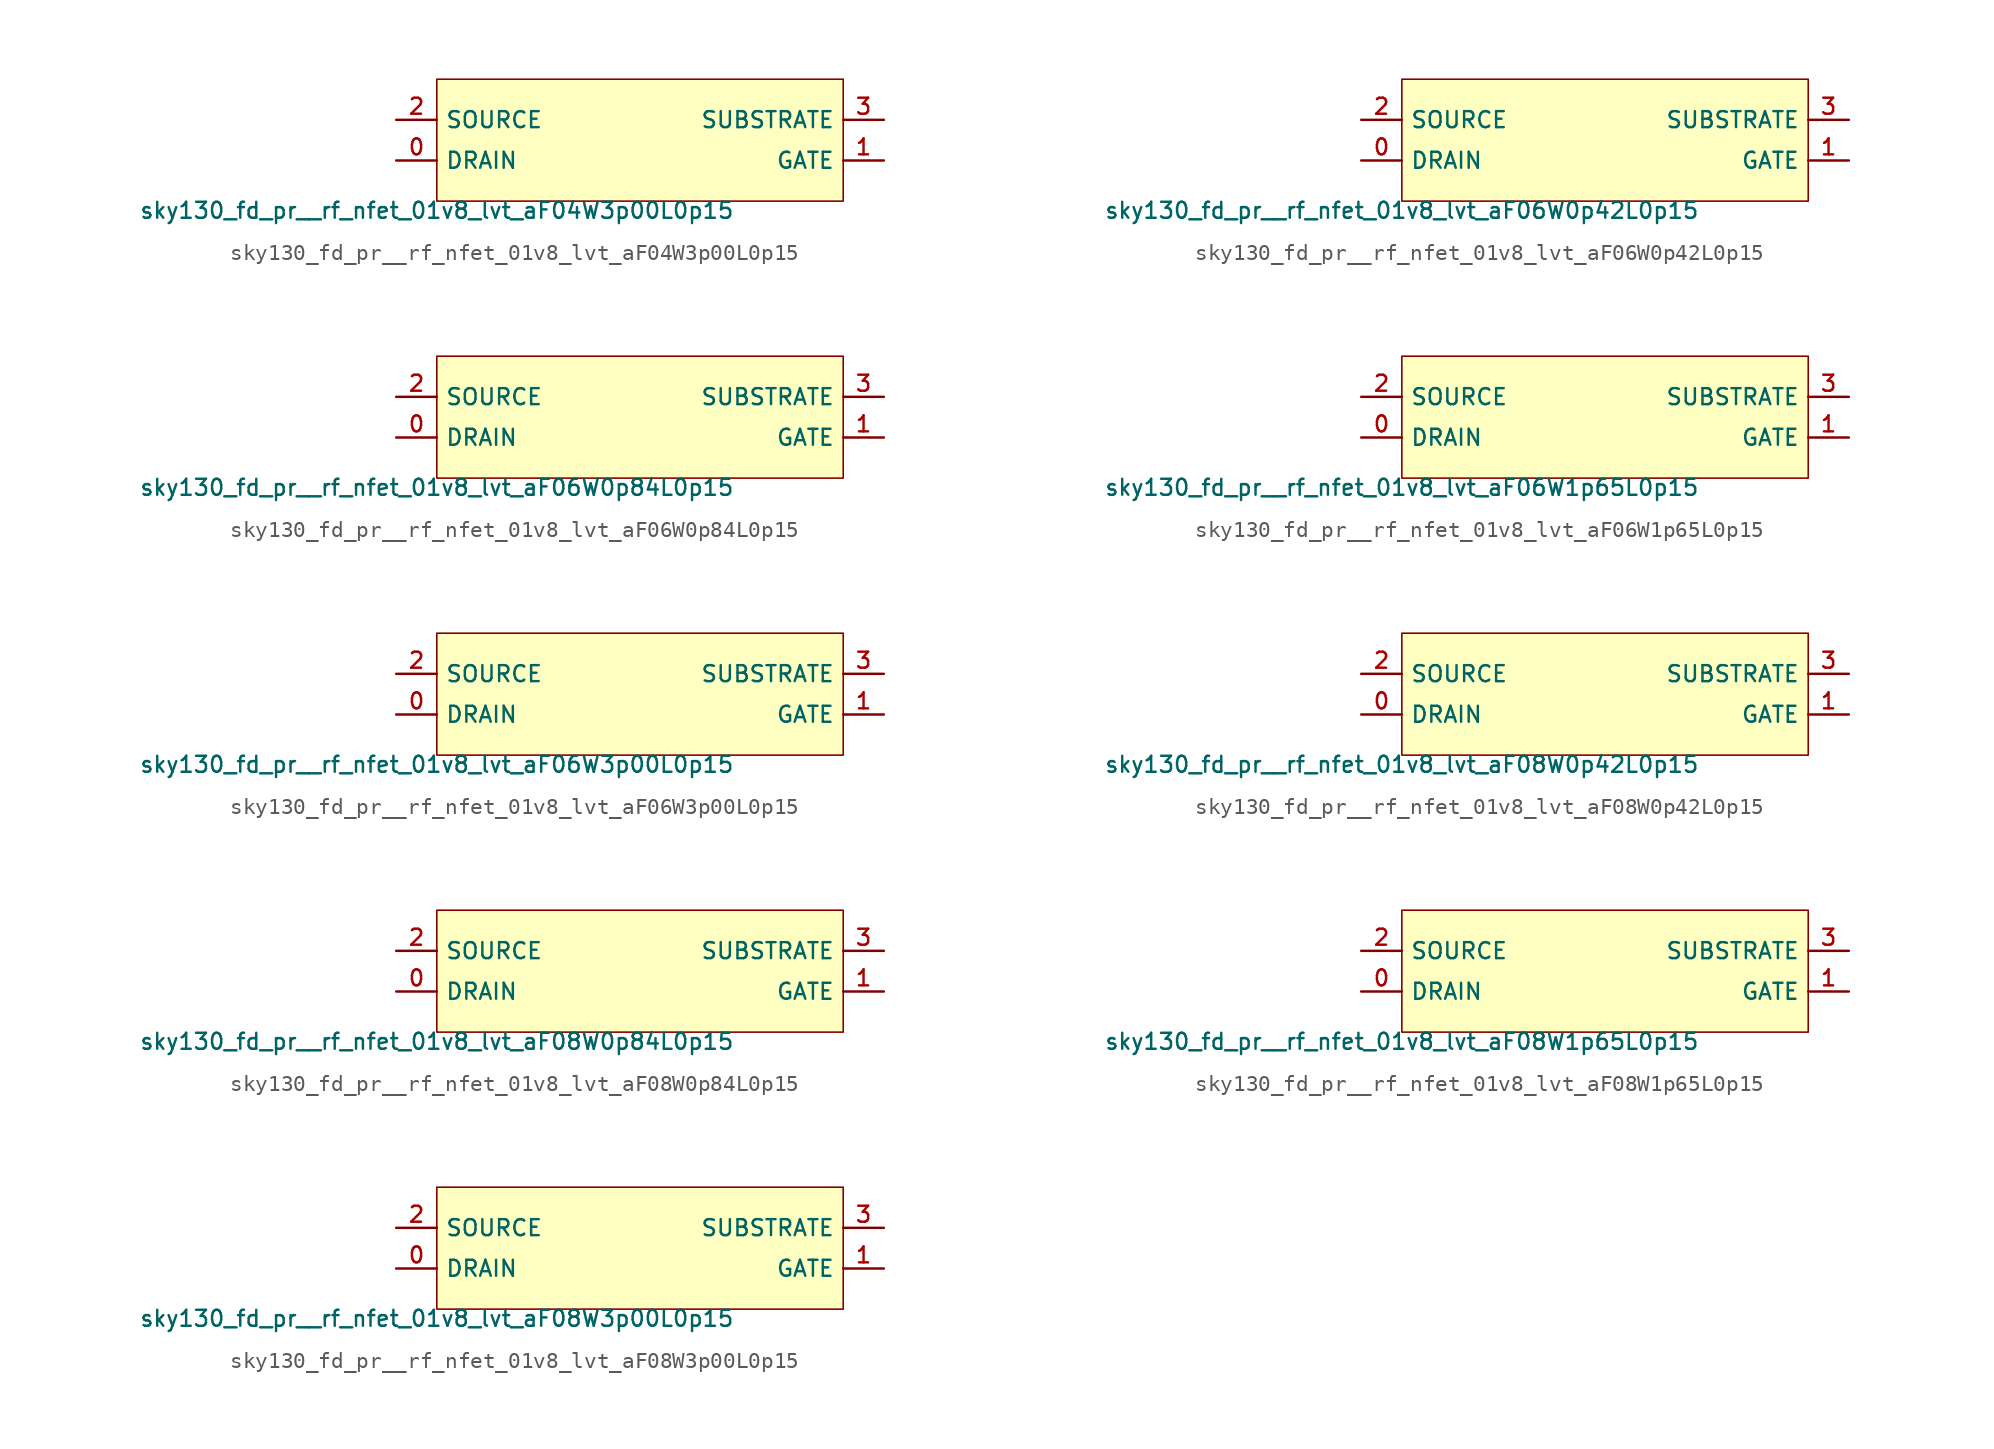
<source format=kicad_sym>
(kicad_symbol_lib
  (version 20211014)
  (generator lef2kicad_sym)
  (symbol "sky130_fd_pr__rf_nfet_01v8_lvt_aF04W3p00L0p15"
    (property "Reference" "X"
      (at 0 0 0)
      (effects (font (size 1 1)) hide))
    (property "Value" "sky130_fd_pr__rf_nfet_01v8_lvt_aF04W3p00L0p15"
      (at -12.7 -3.81 0)
      (effects (font (size 1 1)) (justify top)))
    (rectangle
      (start -12.7 -3.81)
      (end 12.7 3.81)
      (stroke (width 0.1) (type solid) (color 0 0 0 0))
      (fill (type background)))
    (pin bidirectional line
      (at -15.24 -1.27 0)
      (length 2.54)
      (name "DRAIN" (effects (font (size 1 1)) hide))
      (number "0" (effects (font (size 1 1)) hide)))
    (pin bidirectional line
      (at 15.24 -1.27 180)
      (length 2.54)
      (name "GATE" (effects (font (size 1 1)) hide))
      (number "1" (effects (font (size 1 1)) hide)))
    (pin bidirectional line
      (at -15.24 1.27 0)
      (length 2.54)
      (name "SOURCE" (effects (font (size 1 1)) hide))
      (number "2" (effects (font (size 1 1)) hide)))
    (pin bidirectional line
      (at 15.24 1.27 180)
      (length 2.54)
      (name "SUBSTRATE" (effects (font (size 1 1)) hide))
      (number "3" (effects (font (size 1 1)) hide))))
  (symbol "sky130_fd_pr__rf_nfet_01v8_lvt_aF06W0p42L0p15"
    (property "Reference" "X"
      (at 0 0 0)
      (effects (font (size 1 1)) hide))
    (property "Value" "sky130_fd_pr__rf_nfet_01v8_lvt_aF06W0p42L0p15"
      (at -12.7 -3.81 0)
      (effects (font (size 1 1)) (justify top)))
    (rectangle
      (start -12.7 -3.81)
      (end 12.7 3.81)
      (stroke (width 0.1) (type solid) (color 0 0 0 0))
      (fill (type background)))
    (pin bidirectional line
      (at -15.24 -1.27 0)
      (length 2.54)
      (name "DRAIN" (effects (font (size 1 1)) hide))
      (number "0" (effects (font (size 1 1)) hide)))
    (pin bidirectional line
      (at 15.24 -1.27 180)
      (length 2.54)
      (name "GATE" (effects (font (size 1 1)) hide))
      (number "1" (effects (font (size 1 1)) hide)))
    (pin bidirectional line
      (at -15.24 1.27 0)
      (length 2.54)
      (name "SOURCE" (effects (font (size 1 1)) hide))
      (number "2" (effects (font (size 1 1)) hide)))
    (pin bidirectional line
      (at 15.24 1.27 180)
      (length 2.54)
      (name "SUBSTRATE" (effects (font (size 1 1)) hide))
      (number "3" (effects (font (size 1 1)) hide))))
  (symbol "sky130_fd_pr__rf_nfet_01v8_lvt_aF06W0p84L0p15"
    (property "Reference" "X"
      (at 0 0 0)
      (effects (font (size 1 1)) hide))
    (property "Value" "sky130_fd_pr__rf_nfet_01v8_lvt_aF06W0p84L0p15"
      (at -12.7 -3.81 0)
      (effects (font (size 1 1)) (justify top)))
    (rectangle
      (start -12.7 -3.81)
      (end 12.7 3.81)
      (stroke (width 0.1) (type solid) (color 0 0 0 0))
      (fill (type background)))
    (pin bidirectional line
      (at -15.24 -1.27 0)
      (length 2.54)
      (name "DRAIN" (effects (font (size 1 1)) hide))
      (number "0" (effects (font (size 1 1)) hide)))
    (pin bidirectional line
      (at 15.24 -1.27 180)
      (length 2.54)
      (name "GATE" (effects (font (size 1 1)) hide))
      (number "1" (effects (font (size 1 1)) hide)))
    (pin bidirectional line
      (at -15.24 1.27 0)
      (length 2.54)
      (name "SOURCE" (effects (font (size 1 1)) hide))
      (number "2" (effects (font (size 1 1)) hide)))
    (pin bidirectional line
      (at 15.24 1.27 180)
      (length 2.54)
      (name "SUBSTRATE" (effects (font (size 1 1)) hide))
      (number "3" (effects (font (size 1 1)) hide))))
  (symbol "sky130_fd_pr__rf_nfet_01v8_lvt_aF06W1p65L0p15"
    (property "Reference" "X"
      (at 0 0 0)
      (effects (font (size 1 1)) hide))
    (property "Value" "sky130_fd_pr__rf_nfet_01v8_lvt_aF06W1p65L0p15"
      (at -12.7 -3.81 0)
      (effects (font (size 1 1)) (justify top)))
    (rectangle
      (start -12.7 -3.81)
      (end 12.7 3.81)
      (stroke (width 0.1) (type solid) (color 0 0 0 0))
      (fill (type background)))
    (pin bidirectional line
      (at -15.24 -1.27 0)
      (length 2.54)
      (name "DRAIN" (effects (font (size 1 1)) hide))
      (number "0" (effects (font (size 1 1)) hide)))
    (pin bidirectional line
      (at 15.24 -1.27 180)
      (length 2.54)
      (name "GATE" (effects (font (size 1 1)) hide))
      (number "1" (effects (font (size 1 1)) hide)))
    (pin bidirectional line
      (at -15.24 1.27 0)
      (length 2.54)
      (name "SOURCE" (effects (font (size 1 1)) hide))
      (number "2" (effects (font (size 1 1)) hide)))
    (pin bidirectional line
      (at 15.24 1.27 180)
      (length 2.54)
      (name "SUBSTRATE" (effects (font (size 1 1)) hide))
      (number "3" (effects (font (size 1 1)) hide))))
  (symbol "sky130_fd_pr__rf_nfet_01v8_lvt_aF06W3p00L0p15"
    (property "Reference" "X"
      (at 0 0 0)
      (effects (font (size 1 1)) hide))
    (property "Value" "sky130_fd_pr__rf_nfet_01v8_lvt_aF06W3p00L0p15"
      (at -12.7 -3.81 0)
      (effects (font (size 1 1)) (justify top)))
    (rectangle
      (start -12.7 -3.81)
      (end 12.7 3.81)
      (stroke (width 0.1) (type solid) (color 0 0 0 0))
      (fill (type background)))
    (pin bidirectional line
      (at -15.24 -1.27 0)
      (length 2.54)
      (name "DRAIN" (effects (font (size 1 1)) hide))
      (number "0" (effects (font (size 1 1)) hide)))
    (pin bidirectional line
      (at 15.24 -1.27 180)
      (length 2.54)
      (name "GATE" (effects (font (size 1 1)) hide))
      (number "1" (effects (font (size 1 1)) hide)))
    (pin bidirectional line
      (at -15.24 1.27 0)
      (length 2.54)
      (name "SOURCE" (effects (font (size 1 1)) hide))
      (number "2" (effects (font (size 1 1)) hide)))
    (pin bidirectional line
      (at 15.24 1.27 180)
      (length 2.54)
      (name "SUBSTRATE" (effects (font (size 1 1)) hide))
      (number "3" (effects (font (size 1 1)) hide))))
  (symbol "sky130_fd_pr__rf_nfet_01v8_lvt_aF08W0p42L0p15"
    (property "Reference" "X"
      (at 0 0 0)
      (effects (font (size 1 1)) hide))
    (property "Value" "sky130_fd_pr__rf_nfet_01v8_lvt_aF08W0p42L0p15"
      (at -12.7 -3.81 0)
      (effects (font (size 1 1)) (justify top)))
    (rectangle
      (start -12.7 -3.81)
      (end 12.7 3.81)
      (stroke (width 0.1) (type solid) (color 0 0 0 0))
      (fill (type background)))
    (pin bidirectional line
      (at -15.24 -1.27 0)
      (length 2.54)
      (name "DRAIN" (effects (font (size 1 1)) hide))
      (number "0" (effects (font (size 1 1)) hide)))
    (pin bidirectional line
      (at 15.24 -1.27 180)
      (length 2.54)
      (name "GATE" (effects (font (size 1 1)) hide))
      (number "1" (effects (font (size 1 1)) hide)))
    (pin bidirectional line
      (at -15.24 1.27 0)
      (length 2.54)
      (name "SOURCE" (effects (font (size 1 1)) hide))
      (number "2" (effects (font (size 1 1)) hide)))
    (pin bidirectional line
      (at 15.24 1.27 180)
      (length 2.54)
      (name "SUBSTRATE" (effects (font (size 1 1)) hide))
      (number "3" (effects (font (size 1 1)) hide))))
  (symbol "sky130_fd_pr__rf_nfet_01v8_lvt_aF08W0p84L0p15"
    (property "Reference" "X"
      (at 0 0 0)
      (effects (font (size 1 1)) hide))
    (property "Value" "sky130_fd_pr__rf_nfet_01v8_lvt_aF08W0p84L0p15"
      (at -12.7 -3.81 0)
      (effects (font (size 1 1)) (justify top)))
    (rectangle
      (start -12.7 -3.81)
      (end 12.7 3.81)
      (stroke (width 0.1) (type solid) (color 0 0 0 0))
      (fill (type background)))
    (pin bidirectional line
      (at -15.24 -1.27 0)
      (length 2.54)
      (name "DRAIN" (effects (font (size 1 1)) hide))
      (number "0" (effects (font (size 1 1)) hide)))
    (pin bidirectional line
      (at 15.24 -1.27 180)
      (length 2.54)
      (name "GATE" (effects (font (size 1 1)) hide))
      (number "1" (effects (font (size 1 1)) hide)))
    (pin bidirectional line
      (at -15.24 1.27 0)
      (length 2.54)
      (name "SOURCE" (effects (font (size 1 1)) hide))
      (number "2" (effects (font (size 1 1)) hide)))
    (pin bidirectional line
      (at 15.24 1.27 180)
      (length 2.54)
      (name "SUBSTRATE" (effects (font (size 1 1)) hide))
      (number "3" (effects (font (size 1 1)) hide))))
  (symbol "sky130_fd_pr__rf_nfet_01v8_lvt_aF08W1p65L0p15"
    (property "Reference" "X"
      (at 0 0 0)
      (effects (font (size 1 1)) hide))
    (property "Value" "sky130_fd_pr__rf_nfet_01v8_lvt_aF08W1p65L0p15"
      (at -12.7 -3.81 0)
      (effects (font (size 1 1)) (justify top)))
    (rectangle
      (start -12.7 -3.81)
      (end 12.7 3.81)
      (stroke (width 0.1) (type solid) (color 0 0 0 0))
      (fill (type background)))
    (pin bidirectional line
      (at -15.24 -1.27 0)
      (length 2.54)
      (name "DRAIN" (effects (font (size 1 1)) hide))
      (number "0" (effects (font (size 1 1)) hide)))
    (pin bidirectional line
      (at 15.24 -1.27 180)
      (length 2.54)
      (name "GATE" (effects (font (size 1 1)) hide))
      (number "1" (effects (font (size 1 1)) hide)))
    (pin bidirectional line
      (at -15.24 1.27 0)
      (length 2.54)
      (name "SOURCE" (effects (font (size 1 1)) hide))
      (number "2" (effects (font (size 1 1)) hide)))
    (pin bidirectional line
      (at 15.24 1.27 180)
      (length 2.54)
      (name "SUBSTRATE" (effects (font (size 1 1)) hide))
      (number "3" (effects (font (size 1 1)) hide))))
  (symbol "sky130_fd_pr__rf_nfet_01v8_lvt_aF08W3p00L0p15"
    (property "Reference" "X"
      (at 0 0 0)
      (effects (font (size 1 1)) hide))
    (property "Value" "sky130_fd_pr__rf_nfet_01v8_lvt_aF08W3p00L0p15"
      (at -12.7 -3.81 0)
      (effects (font (size 1 1)) (justify top)))
    (rectangle
      (start -12.7 -3.81)
      (end 12.7 3.81)
      (stroke (width 0.1) (type solid) (color 0 0 0 0))
      (fill (type background)))
    (pin bidirectional line
      (at -15.24 -1.27 0)
      (length 2.54)
      (name "DRAIN" (effects (font (size 1 1)) hide))
      (number "0" (effects (font (size 1 1)) hide)))
    (pin bidirectional line
      (at 15.24 -1.27 180)
      (length 2.54)
      (name "GATE" (effects (font (size 1 1)) hide))
      (number "1" (effects (font (size 1 1)) hide)))
    (pin bidirectional line
      (at -15.24 1.27 0)
      (length 2.54)
      (name "SOURCE" (effects (font (size 1 1)) hide))
      (number "2" (effects (font (size 1 1)) hide)))
    (pin bidirectional line
      (at 15.24 1.27 180)
      (length 2.54)
      (name "SUBSTRATE" (effects (font (size 1 1)) hide))
      (number "3" (effects (font (size 1 1)) hide)))))
</source>
